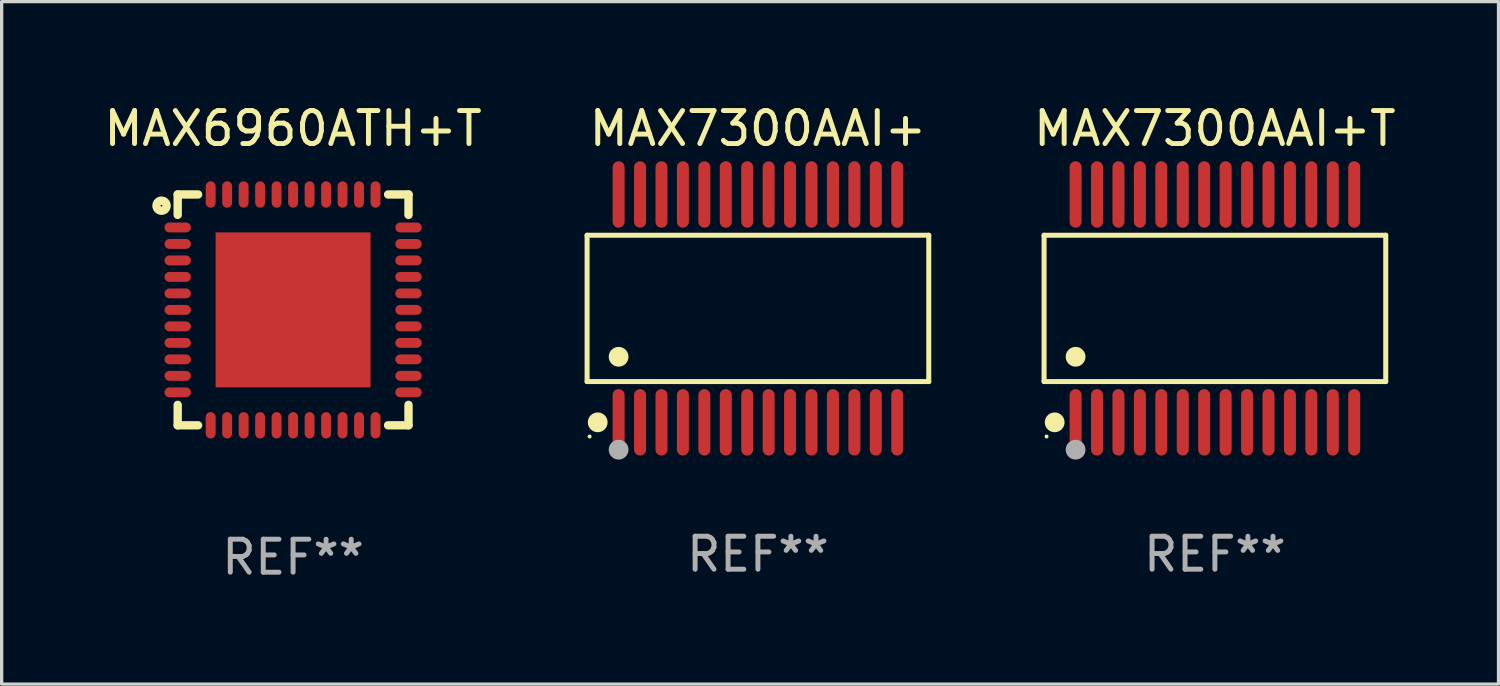
<source format=kicad_pcb>
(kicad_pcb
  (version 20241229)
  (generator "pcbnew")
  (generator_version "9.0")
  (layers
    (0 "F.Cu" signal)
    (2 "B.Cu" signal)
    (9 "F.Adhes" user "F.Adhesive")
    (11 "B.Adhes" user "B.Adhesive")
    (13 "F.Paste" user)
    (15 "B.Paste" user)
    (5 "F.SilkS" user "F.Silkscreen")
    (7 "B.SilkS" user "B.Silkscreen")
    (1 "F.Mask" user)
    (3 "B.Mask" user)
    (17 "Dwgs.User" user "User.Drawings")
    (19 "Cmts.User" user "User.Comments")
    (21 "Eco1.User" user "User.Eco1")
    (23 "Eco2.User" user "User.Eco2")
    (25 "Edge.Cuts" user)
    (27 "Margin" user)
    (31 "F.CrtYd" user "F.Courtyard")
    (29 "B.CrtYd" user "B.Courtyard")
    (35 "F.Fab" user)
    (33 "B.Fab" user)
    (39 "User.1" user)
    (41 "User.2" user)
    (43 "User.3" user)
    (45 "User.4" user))
  (footprint "MAX7300AAI+T"
    (layer "F.Cu")
    (at 33.795 6.303)
    (property "Reference" "MAX7300AAI+T" (at 0 -5.455 0) (layer "F.SilkS") (effects (font (size 1 1) (thickness 0.15))))
    (attr through_hole)
    (fp_line (start -5.181 -2.219) (end 5.181 -2.219) (stroke (width 0.152) (type solid)) (layer "F.SilkS"))
    (fp_line (start -5.181 2.219) (end -5.181 -2.219) (stroke (width 0.152) (type solid)) (layer "F.SilkS"))
    (fp_line (start 5.181 -2.219) (end 5.181 2.219) (stroke (width 0.152) (type solid)) (layer "F.SilkS"))
    (fp_line (start 5.181 2.219) (end -5.181 2.219) (stroke (width 0.152) (type solid)) (layer "F.SilkS"))
    (fp_circle (center -5.105 3.885) (end -5.075 3.885) (stroke (width 0.06) (type solid)) (fill no) (layer "F.SilkS"))
    (fp_circle (center -4.859 3.455) (end -4.709 3.455) (stroke (width 0.3) (type solid)) (fill no) (layer "F.SilkS"))
    (fp_circle (center -4.225 1.467) (end -4.075 1.467) (stroke (width 0.3) (type solid)) (fill no) (layer "F.SilkS"))
    (fp_circle (center -4.225 4.285) (end -4.075 4.285) (stroke (width 0.3) (type solid)) (fill no) (layer "F.Fab"))
    (fp_text user "REF**" (at 0 7.455 0) (layer "F.Fab") (effects (font (size 1 1) (thickness 0.15))))
    (pad "1" smd oval (at -4.225 3.455) (size 0.364 2.015) (layers "F.Cu" "F.Mask" "F.Paste"))
    (pad "2" smd oval (at -3.575 3.455) (size 0.364 2.015) (layers "F.Cu" "F.Mask" "F.Paste"))
    (pad "3" smd oval (at -2.925 3.455) (size 0.364 2.015) (layers "F.Cu" "F.Mask" "F.Paste"))
    (pad "4" smd oval (at -2.275 3.455) (size 0.364 2.015) (layers "F.Cu" "F.Mask" "F.Paste"))
    (pad "5" smd oval (at -1.625 3.455) (size 0.364 2.015) (layers "F.Cu" "F.Mask" "F.Paste"))
    (pad "6" smd oval (at -0.975 3.455) (size 0.364 2.015) (layers "F.Cu" "F.Mask" "F.Paste"))
    (pad "7" smd oval (at -0.325 3.455) (size 0.364 2.015) (layers "F.Cu" "F.Mask" "F.Paste"))
    (pad "8" smd oval (at 0.325 3.455) (size 0.364 2.015) (layers "F.Cu" "F.Mask" "F.Paste"))
    (pad "9" smd oval (at 0.975 3.455) (size 0.364 2.015) (layers "F.Cu" "F.Mask" "F.Paste"))
    (pad "10" smd oval (at 1.625 3.455) (size 0.364 2.015) (layers "F.Cu" "F.Mask" "F.Paste"))
    (pad "11" smd oval (at 2.275 3.455) (size 0.364 2.015) (layers "F.Cu" "F.Mask" "F.Paste"))
    (pad "12" smd oval (at 2.925 3.455) (size 0.364 2.015) (layers "F.Cu" "F.Mask" "F.Paste"))
    (pad "13" smd oval (at 3.575 3.455) (size 0.364 2.015) (layers "F.Cu" "F.Mask" "F.Paste"))
    (pad "14" smd oval (at 4.225 3.455) (size 0.364 2.015) (layers "F.Cu" "F.Mask" "F.Paste"))
    (pad "15" smd oval (at 4.225 -3.455) (size 0.364 2.015) (layers "F.Cu" "F.Mask" "F.Paste"))
    (pad "16" smd oval (at 3.575 -3.455) (size 0.364 2.015) (layers "F.Cu" "F.Mask" "F.Paste"))
    (pad "17" smd oval (at 2.925 -3.455) (size 0.364 2.015) (layers "F.Cu" "F.Mask" "F.Paste"))
    (pad "18" smd oval (at 2.275 -3.455) (size 0.364 2.015) (layers "F.Cu" "F.Mask" "F.Paste"))
    (pad "19" smd oval (at 1.625 -3.455) (size 0.364 2.015) (layers "F.Cu" "F.Mask" "F.Paste"))
    (pad "20" smd oval (at 0.975 -3.455) (size 0.364 2.015) (layers "F.Cu" "F.Mask" "F.Paste"))
    (pad "21" smd oval (at 0.325 -3.455) (size 0.364 2.015) (layers "F.Cu" "F.Mask" "F.Paste"))
    (pad "22" smd oval (at -0.325 -3.455) (size 0.364 2.015) (layers "F.Cu" "F.Mask" "F.Paste"))
    (pad "23" smd oval (at -0.975 -3.455) (size 0.364 2.015) (layers "F.Cu" "F.Mask" "F.Paste"))
    (pad "24" smd oval (at -1.625 -3.455) (size 0.364 2.015) (layers "F.Cu" "F.Mask" "F.Paste"))
    (pad "25" smd oval (at -2.275 -3.455) (size 0.364 2.015) (layers "F.Cu" "F.Mask" "F.Paste"))
    (pad "26" smd oval (at -2.925 -3.455) (size 0.364 2.015) (layers "F.Cu" "F.Mask" "F.Paste"))
    (pad "27" smd oval (at -3.575 -3.455) (size 0.364 2.015) (layers "F.Cu" "F.Mask" "F.Paste"))
    (pad "28" smd oval (at -4.225 -3.455) (size 0.364 2.015) (layers "F.Cu" "F.Mask" "F.Paste")))
  (footprint "MAX6960ATH+T"
    (layer "F.Cu")
    (at 5.839 6.348)
    (property "Reference" "MAX6960ATH+T" (at 0 -5.5 0) (layer "F.SilkS") (effects (font (size 1 1) (thickness 0.15))))
    (attr through_hole)
    (fp_line (start -3.5 -3.5) (end -2.881 -3.5) (stroke (width 0.254) (type solid)) (layer "F.SilkS"))
    (fp_line (start -3.5 -2.881) (end -3.5 -3.5) (stroke (width 0.254) (type solid)) (layer "F.SilkS"))
    (fp_line (start -3.5 3.5) (end -3.5 2.881) (stroke (width 0.254) (type solid)) (layer "F.SilkS"))
    (fp_line (start -2.881 3.5) (end -3.5 3.5) (stroke (width 0.254) (type solid)) (layer "F.SilkS"))
    (fp_line (start 2.881 -3.5) (end 3.5 -3.5) (stroke (width 0.254) (type solid)) (layer "F.SilkS"))
    (fp_line (start 3.5 -3.5) (end 3.5 -2.881) (stroke (width 0.254) (type solid)) (layer "F.SilkS"))
    (fp_line (start 3.5 2.881) (end 3.5 3.5) (stroke (width 0.254) (type solid)) (layer "F.SilkS"))
    (fp_line (start 3.5 3.5) (end 2.881 3.5) (stroke (width 0.254) (type solid)) (layer "F.SilkS"))
    (fp_circle (center -3.99 -3.16) (end -3.837 -3.16) (stroke (width 0.254) (type solid)) (fill no) (layer "F.SilkS"))
    (fp_text user "REF**" (at 0 7.5 0) (layer "F.Fab") (effects (font (size 1 1) (thickness 0.15))))
    (pad "1" smd oval (at -3.5 -2.5) (size 0.8 0.3) (layers "F.Cu" "F.Mask" "F.Paste"))
    (pad "2" smd oval (at -3.5 -2) (size 0.8 0.3) (layers "F.Cu" "F.Mask" "F.Paste"))
    (pad "3" smd oval (at -3.5 -1.5) (size 0.8 0.3) (layers "F.Cu" "F.Mask" "F.Paste"))
    (pad "4" smd oval (at -3.5 -1) (size 0.8 0.3) (layers "F.Cu" "F.Mask" "F.Paste"))
    (pad "5" smd oval (at -3.5 -0.5) (size 0.8 0.3) (layers "F.Cu" "F.Mask" "F.Paste"))
    (pad "6" smd oval (at -3.5 -0.00014) (size 0.8 0.3) (layers "F.Cu" "F.Mask" "F.Paste"))
    (pad "7" smd oval (at -3.5 0.5) (size 0.8 0.3) (layers "F.Cu" "F.Mask" "F.Paste"))
    (pad "8" smd oval (at -3.5 1) (size 0.8 0.3) (layers "F.Cu" "F.Mask" "F.Paste"))
    (pad "9" smd oval (at -3.5 1.5) (size 0.8 0.3) (layers "F.Cu" "F.Mask" "F.Paste"))
    (pad "10" smd oval (at -3.5 2) (size 0.8 0.3) (layers "F.Cu" "F.Mask" "F.Paste"))
    (pad "11" smd oval (at -3.5 2.5) (size 0.8 0.3) (layers "F.Cu" "F.Mask" "F.Paste"))
    (pad "12" smd oval (at -2.5 3.5) (size 0.3 0.8) (layers "F.Cu" "F.Mask" "F.Paste"))
    (pad "13" smd oval (at -2 3.5) (size 0.3 0.8) (layers "F.Cu" "F.Mask" "F.Paste"))
    (pad "14" smd oval (at -1.5 3.5) (size 0.3 0.8) (layers "F.Cu" "F.Mask" "F.Paste"))
    (pad "15" smd oval (at -1 3.5) (size 0.3 0.8) (layers "F.Cu" "F.Mask" "F.Paste"))
    (pad "16" smd oval (at -0.5 3.5) (size 0.3 0.8) (layers "F.Cu" "F.Mask" "F.Paste"))
    (pad "17" smd oval (at -0.000127 3.5) (size 0.3 0.8) (layers "F.Cu" "F.Mask" "F.Paste"))
    (pad "18" smd oval (at 0.5 3.5) (size 0.3 0.8) (layers "F.Cu" "F.Mask" "F.Paste"))
    (pad "19" smd oval (at 1 3.5) (size 0.3 0.8) (layers "F.Cu" "F.Mask" "F.Paste"))
    (pad "20" smd oval (at 1.5 3.5) (size 0.3 0.8) (layers "F.Cu" "F.Mask" "F.Paste"))
    (pad "21" smd oval (at 2 3.5) (size 0.3 0.8) (layers "F.Cu" "F.Mask" "F.Paste"))
    (pad "22" smd oval (at 2.5 3.5) (size 0.3 0.8) (layers "F.Cu" "F.Mask" "F.Paste"))
    (pad "23" smd oval (at 3.5 2.5) (size 0.8 0.3) (layers "F.Cu" "F.Mask" "F.Paste"))
    (pad "24" smd oval (at 3.5 2) (size 0.8 0.3) (layers "F.Cu" "F.Mask" "F.Paste"))
    (pad "25" smd oval (at 3.5 1.5) (size 0.8 0.3) (layers "F.Cu" "F.Mask" "F.Paste"))
    (pad "26" smd oval (at 3.5 1) (size 0.8 0.3) (layers "F.Cu" "F.Mask" "F.Paste"))
    (pad "27" smd oval (at 3.5 0.5) (size 0.8 0.3) (layers "F.Cu" "F.Mask" "F.Paste"))
    (pad "28" smd oval (at 3.5 -0.00014) (size 0.8 0.3) (layers "F.Cu" "F.Mask" "F.Paste"))
    (pad "29" smd oval (at 3.5 -0.5) (size 0.8 0.3) (layers "F.Cu" "F.Mask" "F.Paste"))
    (pad "30" smd oval (at 3.5 -1) (size 0.8 0.3) (layers "F.Cu" "F.Mask" "F.Paste"))
    (pad "31" smd oval (at 3.5 -1.5) (size 0.8 0.3) (layers "F.Cu" "F.Mask" "F.Paste"))
    (pad "32" smd oval (at 3.5 -2) (size 0.8 0.3) (layers "F.Cu" "F.Mask" "F.Paste"))
    (pad "33" smd oval (at 3.5 -2.5) (size 0.8 0.3) (layers "F.Cu" "F.Mask" "F.Paste"))
    (pad "34" smd oval (at 2.5 -3.5) (size 0.3 0.8) (layers "F.Cu" "F.Mask" "F.Paste"))
    (pad "35" smd oval (at 2 -3.5) (size 0.3 0.8) (layers "F.Cu" "F.Mask" "F.Paste"))
    (pad "36" smd oval (at 1.5 -3.5) (size 0.3 0.8) (layers "F.Cu" "F.Mask" "F.Paste"))
    (pad "37" smd oval (at 1 -3.5) (size 0.3 0.8) (layers "F.Cu" "F.Mask" "F.Paste"))
    (pad "38" smd oval (at 0.5 -3.5) (size 0.3 0.8) (layers "F.Cu" "F.Mask" "F.Paste"))
    (pad "39" smd oval (at -0.000127 -3.5) (size 0.3 0.8) (layers "F.Cu" "F.Mask" "F.Paste"))
    (pad "40" smd oval (at -0.5 -3.5) (size 0.3 0.8) (layers "F.Cu" "F.Mask" "F.Paste"))
    (pad "41" smd oval (at -1 -3.5) (size 0.3 0.8) (layers "F.Cu" "F.Mask" "F.Paste"))
    (pad "42" smd oval (at -1.5 -3.5) (size 0.3 0.8) (layers "F.Cu" "F.Mask" "F.Paste"))
    (pad "43" smd oval (at -2 -3.5) (size 0.3 0.8) (layers "F.Cu" "F.Mask" "F.Paste"))
    (pad "44" smd oval (at -2.5 -3.5) (size 0.3 0.8) (layers "F.Cu" "F.Mask" "F.Paste"))
    (pad "45" smd rect (at -0.000127 -0.00014) (size 4.7 4.7) (layers "F.Cu" "F.Mask" "F.Paste")))
  (footprint "MAX7300AAI+"
    (layer "F.Cu")
    (at 19.936 6.303)
    (property "Reference" "MAX7300AAI+" (at 0 -5.455 0) (layer "F.SilkS") (effects (font (size 1 1) (thickness 0.15))))
    (attr through_hole)
    (fp_line (start -5.181 -2.219) (end 5.181 -2.219) (stroke (width 0.152) (type solid)) (layer "F.SilkS"))
    (fp_line (start -5.181 2.219) (end -5.181 -2.219) (stroke (width 0.152) (type solid)) (layer "F.SilkS"))
    (fp_line (start 5.181 -2.219) (end 5.181 2.219) (stroke (width 0.152) (type solid)) (layer "F.SilkS"))
    (fp_line (start 5.181 2.219) (end -5.181 2.219) (stroke (width 0.152) (type solid)) (layer "F.SilkS"))
    (fp_circle (center -5.105 3.885) (end -5.075 3.885) (stroke (width 0.06) (type solid)) (fill no) (layer "F.SilkS"))
    (fp_circle (center -4.859 3.455) (end -4.709 3.455) (stroke (width 0.3) (type solid)) (fill no) (layer "F.SilkS"))
    (fp_circle (center -4.225 1.467) (end -4.075 1.467) (stroke (width 0.3) (type solid)) (fill no) (layer "F.SilkS"))
    (fp_circle (center -4.225 4.285) (end -4.075 4.285) (stroke (width 0.3) (type solid)) (fill no) (layer "F.Fab"))
    (fp_text user "REF**" (at 0 7.455 0) (layer "F.Fab") (effects (font (size 1 1) (thickness 0.15))))
    (pad "1" smd oval (at -4.225 3.455) (size 0.364 2.015) (layers "F.Cu" "F.Mask" "F.Paste"))
    (pad "2" smd oval (at -3.575 3.455) (size 0.364 2.015) (layers "F.Cu" "F.Mask" "F.Paste"))
    (pad "3" smd oval (at -2.925 3.455) (size 0.364 2.015) (layers "F.Cu" "F.Mask" "F.Paste"))
    (pad "4" smd oval (at -2.275 3.455) (size 0.364 2.015) (layers "F.Cu" "F.Mask" "F.Paste"))
    (pad "5" smd oval (at -1.625 3.455) (size 0.364 2.015) (layers "F.Cu" "F.Mask" "F.Paste"))
    (pad "6" smd oval (at -0.975 3.455) (size 0.364 2.015) (layers "F.Cu" "F.Mask" "F.Paste"))
    (pad "7" smd oval (at -0.325 3.455) (size 0.364 2.015) (layers "F.Cu" "F.Mask" "F.Paste"))
    (pad "8" smd oval (at 0.325 3.455) (size 0.364 2.015) (layers "F.Cu" "F.Mask" "F.Paste"))
    (pad "9" smd oval (at 0.975 3.455) (size 0.364 2.015) (layers "F.Cu" "F.Mask" "F.Paste"))
    (pad "10" smd oval (at 1.625 3.455) (size 0.364 2.015) (layers "F.Cu" "F.Mask" "F.Paste"))
    (pad "11" smd oval (at 2.275 3.455) (size 0.364 2.015) (layers "F.Cu" "F.Mask" "F.Paste"))
    (pad "12" smd oval (at 2.925 3.455) (size 0.364 2.015) (layers "F.Cu" "F.Mask" "F.Paste"))
    (pad "13" smd oval (at 3.575 3.455) (size 0.364 2.015) (layers "F.Cu" "F.Mask" "F.Paste"))
    (pad "14" smd oval (at 4.225 3.455) (size 0.364 2.015) (layers "F.Cu" "F.Mask" "F.Paste"))
    (pad "15" smd oval (at 4.225 -3.455) (size 0.364 2.015) (layers "F.Cu" "F.Mask" "F.Paste"))
    (pad "16" smd oval (at 3.575 -3.455) (size 0.364 2.015) (layers "F.Cu" "F.Mask" "F.Paste"))
    (pad "17" smd oval (at 2.925 -3.455) (size 0.364 2.015) (layers "F.Cu" "F.Mask" "F.Paste"))
    (pad "18" smd oval (at 2.275 -3.455) (size 0.364 2.015) (layers "F.Cu" "F.Mask" "F.Paste"))
    (pad "19" smd oval (at 1.625 -3.455) (size 0.364 2.015) (layers "F.Cu" "F.Mask" "F.Paste"))
    (pad "20" smd oval (at 0.975 -3.455) (size 0.364 2.015) (layers "F.Cu" "F.Mask" "F.Paste"))
    (pad "21" smd oval (at 0.325 -3.455) (size 0.364 2.015) (layers "F.Cu" "F.Mask" "F.Paste"))
    (pad "22" smd oval (at -0.325 -3.455) (size 0.364 2.015) (layers "F.Cu" "F.Mask" "F.Paste"))
    (pad "23" smd oval (at -0.975 -3.455) (size 0.364 2.015) (layers "F.Cu" "F.Mask" "F.Paste"))
    (pad "24" smd oval (at -1.625 -3.455) (size 0.364 2.015) (layers "F.Cu" "F.Mask" "F.Paste"))
    (pad "25" smd oval (at -2.275 -3.455) (size 0.364 2.015) (layers "F.Cu" "F.Mask" "F.Paste"))
    (pad "26" smd oval (at -2.925 -3.455) (size 0.364 2.015) (layers "F.Cu" "F.Mask" "F.Paste"))
    (pad "27" smd oval (at -3.575 -3.455) (size 0.364 2.015) (layers "F.Cu" "F.Mask" "F.Paste"))
    (pad "28" smd oval (at -4.225 -3.455) (size 0.364 2.015) (layers "F.Cu" "F.Mask" "F.Paste")))
  (gr_rect
    (start -3 -3)
    (end 42.396 17.697)
    (stroke (width 0.1) (type default))
    (fill no)
    (layer "Edge.Cuts")))
</source>
